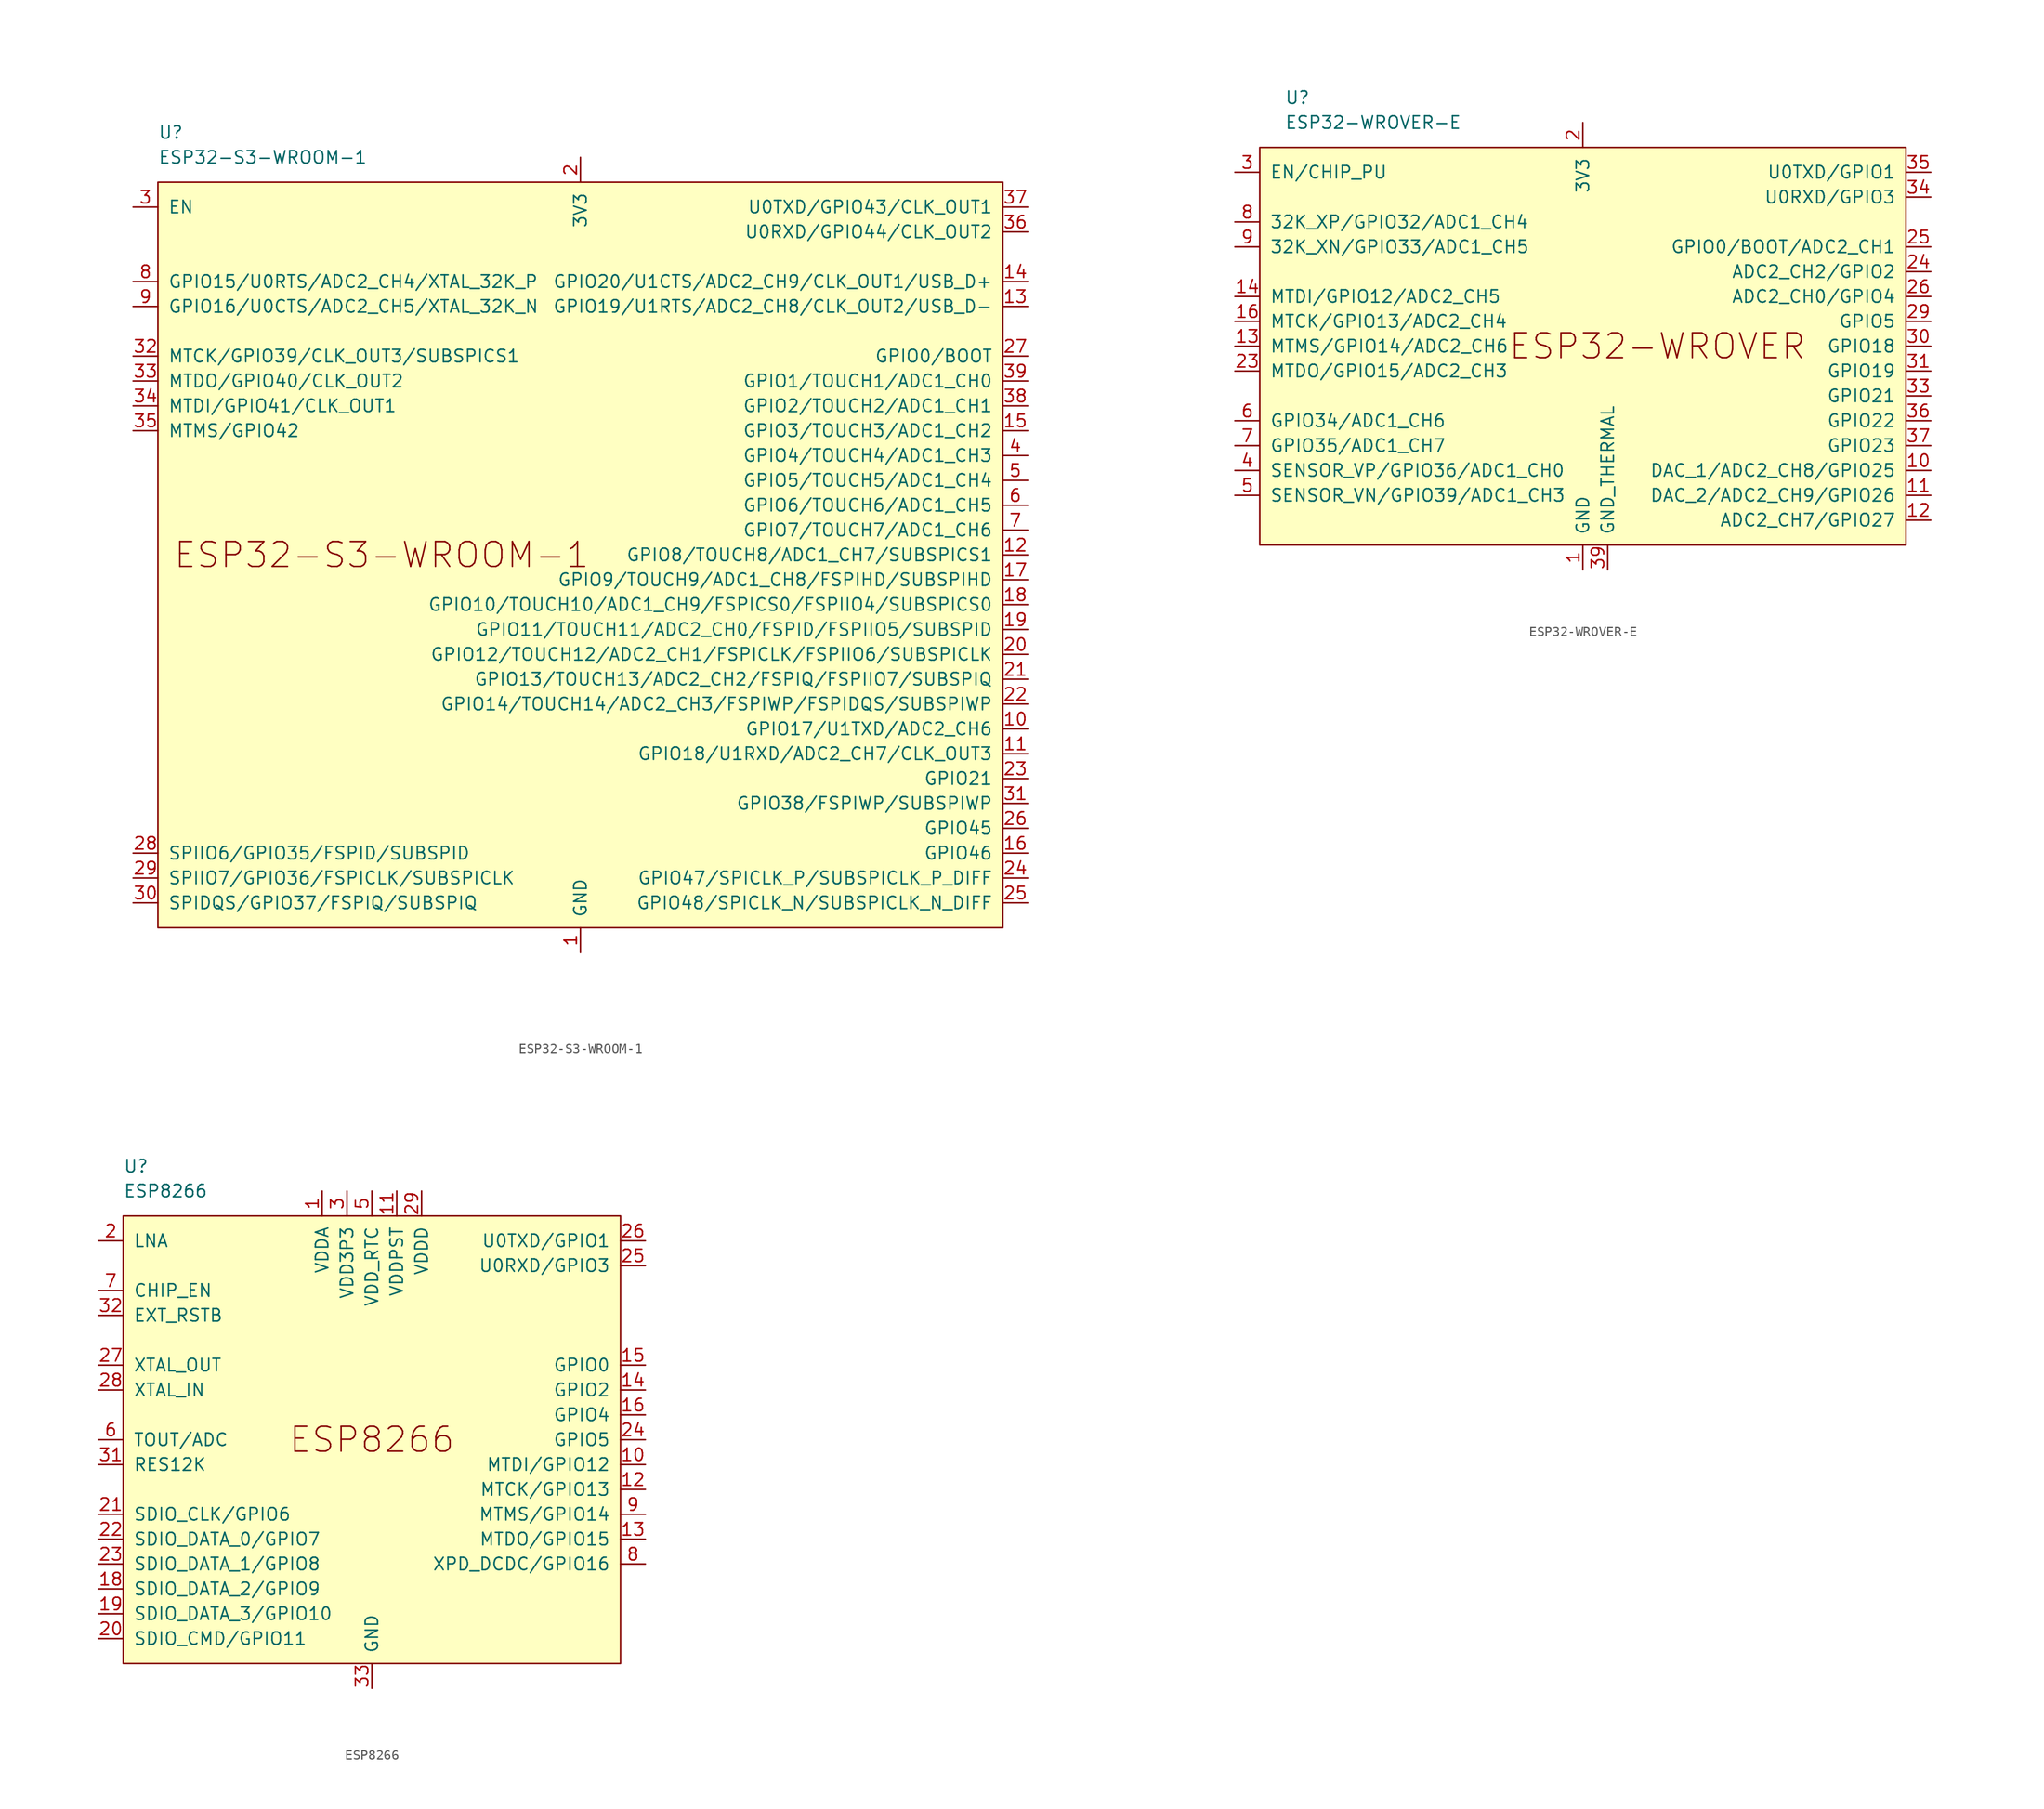
<source format=kicad_sym>
(kicad_symbol_lib
  (version 20241209)
  (generator "kicad_symbol_editor")
  (generator_version "9.0")
  (symbol "ESP32-S3-WROOM-1"
    (pin_names
      (offset 1.016))
    (property "Reference" "U"
      (at -43.18 43.18 0)
      (effects (font (size 1.27 1.27)) (justify left)))
    (property "Value" "ESP32-S3-WROOM-1"
      (at -43.18 40.64 0)
      (effects (font (size 1.27 1.27)) (justify left)))
    (symbol "ESP32-S3-WROOM-1_0_0"
      (text "ESP32-S3-WROOM-1" (at -20.32 0 0) (effects (font (size 2.54 2.54))))
      (pin input line (at -45.72 35.56 0) (length 2.54) (name "EN" (effects (font (size 1.27 1.27)))) (number "3" (effects (font (size 1.27 1.27)))))
      (pin bidirectional line (at -45.72 27.94 0) (length 2.54) (name "GPIO15/U0RTS/ADC2_CH4/XTAL_32K_P" (effects (font (size 1.27 1.27)))) (number "8" (effects (font (size 1.27 1.27)))))
      (pin bidirectional line (at -45.72 25.4 0) (length 2.54) (name "GPIO16/U0CTS/ADC2_CH5/XTAL_32K_N" (effects (font (size 1.27 1.27)))) (number "9" (effects (font (size 1.27 1.27)))))
      (pin bidirectional line (at -45.72 20.32 0) (length 2.54) (name "MTCK/GPIO39/CLK_OUT3/SUBSPICS1" (effects (font (size 1.27 1.27)))) (number "32" (effects (font (size 1.27 1.27)))))
      (pin bidirectional line (at -45.72 17.78 0) (length 2.54) (name "MTDO/GPIO40/CLK_OUT2" (effects (font (size 1.27 1.27)))) (number "33" (effects (font (size 1.27 1.27)))))
      (pin bidirectional line (at -45.72 15.24 0) (length 2.54) (name "MTDI/GPIO41/CLK_OUT1" (effects (font (size 1.27 1.27)))) (number "34" (effects (font (size 1.27 1.27)))))
      (pin bidirectional line (at -45.72 12.7 0) (length 2.54) (name "MTMS/GPIO42" (effects (font (size 1.27 1.27)))) (number "35" (effects (font (size 1.27 1.27)))))
      (pin bidirectional line (at -45.72 -30.48 0) (length 2.54) (name "SPIIO6/GPIO35/FSPID/SUBSPID" (effects (font (size 1.27 1.27)))) (number "28" (effects (font (size 1.27 1.27)))))
      (pin bidirectional line (at -45.72 -33.02 0) (length 2.54) (name "SPIIO7/GPIO36/FSPICLK/SUBSPICLK" (effects (font (size 1.27 1.27)))) (number "29" (effects (font (size 1.27 1.27)))))
      (pin bidirectional line (at -45.72 -35.56 0) (length 2.54) (name "SPIDQS/GPIO37/FSPIQ/SUBSPIQ" (effects (font (size 1.27 1.27)))) (number "30" (effects (font (size 1.27 1.27)))))
      (pin power_in line (at 0 40.64 270) (length 2.54) (name "3V3" (effects (font (size 1.27 1.27)))) (number "2" (effects (font (size 1.27 1.27)))))
      (pin power_in line (at 0 -40.64 90) (length 2.54) (name "GND" (effects (font (size 1.27 1.27)))) (number "1" (effects (font (size 1.27 1.27)))))
      (pin passive line (at 0 -40.64 90) (length 2.54) (hide yes) (name "GND" (effects (font (size 1.27 1.27)))) (number "40" (effects (font (size 1.27 1.27)))))
      (pin passive line (at 0 -40.64 90) (length 2.54) (hide yes) (name "GND" (effects (font (size 1.27 1.27)))) (number "41" (effects (font (size 1.27 1.27)))))
      (pin bidirectional line (at 45.72 35.56 180) (length 2.54) (name "U0TXD/GPIO43/CLK_OUT1" (effects (font (size 1.27 1.27)))) (number "37" (effects (font (size 1.27 1.27)))))
      (pin bidirectional line (at 45.72 33.02 180) (length 2.54) (name "U0RXD/GPIO44/CLK_OUT2" (effects (font (size 1.27 1.27)))) (number "36" (effects (font (size 1.27 1.27)))))
      (pin bidirectional line (at 45.72 27.94 180) (length 2.54) (name "GPIO20/U1CTS/ADC2_CH9/CLK_OUT1/USB_D+" (effects (font (size 1.27 1.27)))) (number "14" (effects (font (size 1.27 1.27)))))
      (pin bidirectional line (at 45.72 25.4 180) (length 2.54) (name "GPIO19/U1RTS/ADC2_CH8/CLK_OUT2/USB_D-" (effects (font (size 1.27 1.27)))) (number "13" (effects (font (size 1.27 1.27)))))
      (pin bidirectional line (at 45.72 20.32 180) (length 2.54) (name "GPIO0/BOOT" (effects (font (size 1.27 1.27)))) (number "27" (effects (font (size 1.27 1.27)))))
      (pin bidirectional line (at 45.72 17.78 180) (length 2.54) (name "GPIO1/TOUCH1/ADC1_CH0" (effects (font (size 1.27 1.27)))) (number "39" (effects (font (size 1.27 1.27)))))
      (pin bidirectional line (at 45.72 15.24 180) (length 2.54) (name "GPIO2/TOUCH2/ADC1_CH1" (effects (font (size 1.27 1.27)))) (number "38" (effects (font (size 1.27 1.27)))))
      (pin bidirectional line (at 45.72 12.7 180) (length 2.54) (name "GPIO3/TOUCH3/ADC1_CH2" (effects (font (size 1.27 1.27)))) (number "15" (effects (font (size 1.27 1.27)))))
      (pin bidirectional line (at 45.72 10.16 180) (length 2.54) (name "GPIO4/TOUCH4/ADC1_CH3" (effects (font (size 1.27 1.27)))) (number "4" (effects (font (size 1.27 1.27)))))
      (pin bidirectional line (at 45.72 7.62 180) (length 2.54) (name "GPIO5/TOUCH5/ADC1_CH4" (effects (font (size 1.27 1.27)))) (number "5" (effects (font (size 1.27 1.27)))))
      (pin bidirectional line (at 45.72 5.08 180) (length 2.54) (name "GPIO6/TOUCH6/ADC1_CH5" (effects (font (size 1.27 1.27)))) (number "6" (effects (font (size 1.27 1.27)))))
      (pin bidirectional line (at 45.72 2.54 180) (length 2.54) (name "GPIO7/TOUCH7/ADC1_CH6" (effects (font (size 1.27 1.27)))) (number "7" (effects (font (size 1.27 1.27)))))
      (pin bidirectional line (at 45.72 0 180) (length 2.54) (name "GPIO8/TOUCH8/ADC1_CH7/SUBSPICS1" (effects (font (size 1.27 1.27)))) (number "12" (effects (font (size 1.27 1.27)))))
      (pin bidirectional line (at 45.72 -2.54 180) (length 2.54) (name "GPIO9/TOUCH9/ADC1_CH8/FSPIHD/SUBSPIHD" (effects (font (size 1.27 1.27)))) (number "17" (effects (font (size 1.27 1.27)))))
      (pin bidirectional line (at 45.72 -5.08 180) (length 2.54) (name "GPIO10/TOUCH10/ADC1_CH9/FSPICS0/FSPIIO4/SUBSPICS0" (effects (font (size 1.27 1.27)))) (number "18" (effects (font (size 1.27 1.27)))))
      (pin bidirectional line (at 45.72 -7.62 180) (length 2.54) (name "GPIO11/TOUCH11/ADC2_CH0/FSPID/FSPIIO5/SUBSPID" (effects (font (size 1.27 1.27)))) (number "19" (effects (font (size 1.27 1.27)))))
      (pin bidirectional line (at 45.72 -10.16 180) (length 2.54) (name "GPIO12/TOUCH12/ADC2_CH1/FSPICLK/FSPIIO6/SUBSPICLK" (effects (font (size 1.27 1.27)))) (number "20" (effects (font (size 1.27 1.27)))))
      (pin bidirectional line (at 45.72 -12.7 180) (length 2.54) (name "GPIO13/TOUCH13/ADC2_CH2/FSPIQ/FSPIIO7/SUBSPIQ" (effects (font (size 1.27 1.27)))) (number "21" (effects (font (size 1.27 1.27)))))
      (pin bidirectional line (at 45.72 -15.24 180) (length 2.54) (name "GPIO14/TOUCH14/ADC2_CH3/FSPIWP/FSPIDQS/SUBSPIWP" (effects (font (size 1.27 1.27)))) (number "22" (effects (font (size 1.27 1.27)))))
      (pin bidirectional line (at 45.72 -17.78 180) (length 2.54) (name "GPIO17/U1TXD/ADC2_CH6" (effects (font (size 1.27 1.27)))) (number "10" (effects (font (size 1.27 1.27)))))
      (pin bidirectional line (at 45.72 -20.32 180) (length 2.54) (name "GPIO18/U1RXD/ADC2_CH7/CLK_OUT3" (effects (font (size 1.27 1.27)))) (number "11" (effects (font (size 1.27 1.27)))))
      (pin bidirectional line (at 45.72 -22.86 180) (length 2.54) (name "GPIO21" (effects (font (size 1.27 1.27)))) (number "23" (effects (font (size 1.27 1.27)))))
      (pin bidirectional line (at 45.72 -25.4 180) (length 2.54) (name "GPIO38/FSPIWP/SUBSPIWP" (effects (font (size 1.27 1.27)))) (number "31" (effects (font (size 1.27 1.27)))))
      (pin bidirectional line (at 45.72 -27.94 180) (length 2.54) (name "GPIO45" (effects (font (size 1.27 1.27)))) (number "26" (effects (font (size 1.27 1.27)))))
      (pin bidirectional line (at 45.72 -30.48 180) (length 2.54) (name "GPIO46" (effects (font (size 1.27 1.27)))) (number "16" (effects (font (size 1.27 1.27)))))
      (pin bidirectional line (at 45.72 -33.02 180) (length 2.54) (name "GPIO47/SPICLK_P/SUBSPICLK_P_DIFF" (effects (font (size 1.27 1.27)))) (number "24" (effects (font (size 1.27 1.27)))))
      (pin bidirectional line (at 45.72 -35.56 180) (length 2.54) (name "GPIO48/SPICLK_N/SUBSPICLK_N_DIFF" (effects (font (size 1.27 1.27)))) (number "25" (effects (font (size 1.27 1.27))))))
    (symbol "ESP32-S3-WROOM-1_0_1"
      (rectangle (start -43.18 38.1) (end 43.18 -38.1) (stroke (width 0) (type default)) (fill (type background)))))
  (symbol "ESP32-WROVER-E"
    (pin_names
      (offset 1.016))
    (property "Reference" "U"
      (at -30.48 25.4 0)
      (effects (font (size 1.27 1.27)) (justify left)))
    (property "Value" "ESP32-WROVER-E"
      (at -30.48 22.86 0)
      (effects (font (size 1.27 1.27)) (justify left)))
    (symbol "ESP32-WROVER-E_0_1"
      (rectangle (start -33.02 20.32) (end 33.02 -20.32) (stroke (width 0) (type default)) (fill (type background))))
    (symbol "ESP32-WROVER-E_1_1"
      (text "ESP32-­WROVER" (at 7.62 0 0) (effects (font (size 2.54 2.54))))
      (pin input line (at -35.56 17.78 0) (length 2.54) (name "EN/CHIP_PU" (effects (font (size 1.27 1.27)))) (number "3" (effects (font (size 1.27 1.27)))))
      (pin bidirectional line (at -35.56 12.7 0) (length 2.54) (name "32K_XP/GPIO32/ADC1_CH4" (effects (font (size 1.27 1.27)))) (number "8" (effects (font (size 1.27 1.27)))))
      (pin bidirectional line (at -35.56 10.16 0) (length 2.54) (name "32K_XN/GPIO33/ADC1_CH5" (effects (font (size 1.27 1.27)))) (number "9" (effects (font (size 1.27 1.27)))))
      (pin bidirectional line (at -35.56 5.08 0) (length 2.54) (name "MTDI/GPIO12/ADC2_CH5" (effects (font (size 1.27 1.27)))) (number "14" (effects (font (size 1.27 1.27)))))
      (pin bidirectional line (at -35.56 2.54 0) (length 2.54) (name "MTCK/GPIO13/ADC2_CH4" (effects (font (size 1.27 1.27)))) (number "16" (effects (font (size 1.27 1.27)))))
      (pin bidirectional line (at -35.56 0 0) (length 2.54) (name "MTMS/GPIO14/ADC2_CH6" (effects (font (size 1.27 1.27)))) (number "13" (effects (font (size 1.27 1.27)))))
      (pin bidirectional line (at -35.56 -2.54 0) (length 2.54) (name "MTDO/GPIO15/ADC2_CH3" (effects (font (size 1.27 1.27)))) (number "23" (effects (font (size 1.27 1.27)))))
      (pin input line (at -35.56 -7.62 0) (length 2.54) (name "GPIO34/ADC1_CH6" (effects (font (size 1.27 1.27)))) (number "6" (effects (font (size 1.27 1.27)))))
      (pin input line (at -35.56 -10.16 0) (length 2.54) (name "GPIO35/ADC1_CH7" (effects (font (size 1.27 1.27)))) (number "7" (effects (font (size 1.27 1.27)))))
      (pin input line (at -35.56 -12.7 0) (length 2.54) (name "SENSOR_VP/GPIO36/ADC1_CH0" (effects (font (size 1.27 1.27)))) (number "4" (effects (font (size 1.27 1.27)))))
      (pin input line (at -35.56 -15.24 0) (length 2.54) (name "SENSOR_VN/GPIO39/ADC1_CH3" (effects (font (size 1.27 1.27)))) (number "5" (effects (font (size 1.27 1.27)))))
      (pin power_in line (at 0 22.86 270) (length 2.54) (name "3V3" (effects (font (size 1.27 1.27)))) (number "2" (effects (font (size 1.27 1.27)))))
      (pin power_in line (at 0 -22.86 90) (length 2.54) (name "GND" (effects (font (size 1.27 1.27)))) (number "1" (effects (font (size 1.27 1.27)))))
      (pin passive line (at 0 -22.86 90) (length 2.54) (hide yes) (name "GND" (effects (font (size 1.27 1.27)))) (number "15" (effects (font (size 1.27 1.27)))))
      (pin passive line (at 0 -22.86 90) (length 2.54) (hide yes) (name "GND" (effects (font (size 1.27 1.27)))) (number "38" (effects (font (size 1.27 1.27)))))
      (pin power_in line (at 2.54 -22.86 90) (length 2.54) (name "GND_THERMAL" (effects (font (size 1.27 1.27)))) (number "39" (effects (font (size 1.27 1.27)))))
      (pin bidirectional line (at 35.56 17.78 180) (length 2.54) (name "U0TXD/GPIO1" (effects (font (size 1.27 1.27)))) (number "35" (effects (font (size 1.27 1.27)))))
      (pin bidirectional line (at 35.56 15.24 180) (length 2.54) (name "U0RXD/GPIO3" (effects (font (size 1.27 1.27)))) (number "34" (effects (font (size 1.27 1.27)))))
      (pin bidirectional line (at 35.56 10.16 180) (length 2.54) (name "GPIO0/BOOT/ADC2_CH1" (effects (font (size 1.27 1.27)))) (number "25" (effects (font (size 1.27 1.27)))))
      (pin bidirectional line (at 35.56 7.62 180) (length 2.54) (name "ADC2_CH2/GPIO2" (effects (font (size 1.27 1.27)))) (number "24" (effects (font (size 1.27 1.27)))))
      (pin bidirectional line (at 35.56 5.08 180) (length 2.54) (name "ADC2_CH0/GPIO4" (effects (font (size 1.27 1.27)))) (number "26" (effects (font (size 1.27 1.27)))))
      (pin bidirectional line (at 35.56 2.54 180) (length 2.54) (name "GPIO5" (effects (font (size 1.27 1.27)))) (number "29" (effects (font (size 1.27 1.27)))))
      (pin bidirectional line (at 35.56 0 180) (length 2.54) (name "GPIO18" (effects (font (size 1.27 1.27)))) (number "30" (effects (font (size 1.27 1.27)))))
      (pin bidirectional line (at 35.56 -2.54 180) (length 2.54) (name "GPIO19" (effects (font (size 1.27 1.27)))) (number "31" (effects (font (size 1.27 1.27)))))
      (pin bidirectional line (at 35.56 -5.08 180) (length 2.54) (name "GPIO21" (effects (font (size 1.27 1.27)))) (number "33" (effects (font (size 1.27 1.27)))))
      (pin bidirectional line (at 35.56 -7.62 180) (length 2.54) (name "GPIO22" (effects (font (size 1.27 1.27)))) (number "36" (effects (font (size 1.27 1.27)))))
      (pin bidirectional line (at 35.56 -10.16 180) (length 2.54) (name "GPIO23" (effects (font (size 1.27 1.27)))) (number "37" (effects (font (size 1.27 1.27)))))
      (pin bidirectional line (at 35.56 -12.7 180) (length 2.54) (name "DAC_1/ADC2_CH8/GPIO25" (effects (font (size 1.27 1.27)))) (number "10" (effects (font (size 1.27 1.27)))))
      (pin bidirectional line (at 35.56 -15.24 180) (length 2.54) (name "DAC_2/ADC2_CH9/GPIO26" (effects (font (size 1.27 1.27)))) (number "11" (effects (font (size 1.27 1.27)))))
      (pin bidirectional line (at 35.56 -17.78 180) (length 2.54) (name "ADC2_CH7/GPIO27" (effects (font (size 1.27 1.27)))) (number "12" (effects (font (size 1.27 1.27)))))))
  (symbol "ESP8266"
    (pin_names
      (offset 1.016))
    (property "Reference" "U"
      (at -25.4 27.94 0)
      (effects (font (size 1.27 1.27)) (justify left)))
    (property "Value" "ESP8266"
      (at -25.4 25.4 0)
      (effects (font (size 1.27 1.27)) (justify left)))
    (symbol "ESP8266_0_1"
      (rectangle (start -25.4 22.86) (end 25.4 -22.86) (stroke (width 0) (type default)) (fill (type background))))
    (symbol "ESP8266_1_1"
      (text "ESP8266" (at 0 0 0) (effects (font (size 2.54 2.54))))
      (pin power_in line (at -27.94 20.32 0) (length 2.54) (name "LNA" (effects (font (size 1.27 1.27)))) (number "2" (effects (font (size 1.27 1.27)))))
      (pin input line (at -27.94 15.24 0) (length 2.54) (name "CHIP_EN" (effects (font (size 1.27 1.27)))) (number "7" (effects (font (size 1.27 1.27)))))
      (pin power_in line (at -27.94 12.7 0) (length 2.54) (name "EXT_RSTB" (effects (font (size 1.27 1.27)))) (number "32" (effects (font (size 1.27 1.27)))))
      (pin bidirectional line (at -27.94 7.62 0) (length 2.54) (name "XTAL_OUT" (effects (font (size 1.27 1.27)))) (number "27" (effects (font (size 1.27 1.27)))))
      (pin bidirectional line (at -27.94 5.08 0) (length 2.54) (name "XTAL_IN" (effects (font (size 1.27 1.27)))) (number "28" (effects (font (size 1.27 1.27)))))
      (pin input line (at -27.94 0 0) (length 2.54) (name "TOUT/ADC" (effects (font (size 1.27 1.27)))) (number "6" (effects (font (size 1.27 1.27)))))
      (pin input line (at -27.94 -2.54 0) (length 2.54) (name "RES12K" (effects (font (size 1.27 1.27)))) (number "31" (effects (font (size 1.27 1.27)))))
      (pin bidirectional line (at -27.94 -7.62 0) (length 2.54) (name "SDIO_CLK/GPIO6" (effects (font (size 1.27 1.27)))) (number "21" (effects (font (size 1.27 1.27)))))
      (pin bidirectional line (at -27.94 -10.16 0) (length 2.54) (name "SDIO_DATA_0/GPIO7" (effects (font (size 1.27 1.27)))) (number "22" (effects (font (size 1.27 1.27)))))
      (pin bidirectional line (at -27.94 -12.7 0) (length 2.54) (name "SDIO_DATA_1/GPIO8" (effects (font (size 1.27 1.27)))) (number "23" (effects (font (size 1.27 1.27)))))
      (pin bidirectional line (at -27.94 -15.24 0) (length 2.54) (name "SDIO_DATA_2/GPIO9" (effects (font (size 1.27 1.27)))) (number "18" (effects (font (size 1.27 1.27)))))
      (pin bidirectional line (at -27.94 -17.78 0) (length 2.54) (name "SDIO_DATA_3/GPIO10" (effects (font (size 1.27 1.27)))) (number "19" (effects (font (size 1.27 1.27)))))
      (pin bidirectional line (at -27.94 -20.32 0) (length 2.54) (name "SDIO_CMD/GPIO11" (effects (font (size 1.27 1.27)))) (number "20" (effects (font (size 1.27 1.27)))))
      (pin power_in line (at -5.08 25.4 270) (length 2.54) (name "VDDA" (effects (font (size 1.27 1.27)))) (number "1" (effects (font (size 1.27 1.27)))))
      (pin passive line (at -5.08 25.4 270) (length 2.54) (hide yes) (name "VDDA" (effects (font (size 1.27 1.27)))) (number "30" (effects (font (size 1.27 1.27)))))
      (pin power_in line (at -2.54 25.4 270) (length 2.54) (name "VDD3P3" (effects (font (size 1.27 1.27)))) (number "3" (effects (font (size 1.27 1.27)))))
      (pin passive line (at -2.54 25.4 270) (length 2.54) (hide yes) (name "VDD3P3" (effects (font (size 1.27 1.27)))) (number "4" (effects (font (size 1.27 1.27)))))
      (pin power_in line (at 0 25.4 270) (length 2.54) (name "VDD_RTC" (effects (font (size 1.27 1.27)))) (number "5" (effects (font (size 1.27 1.27)))))
      (pin power_in line (at 0 -25.4 90) (length 2.54) (name "GND" (effects (font (size 1.27 1.27)))) (number "33" (effects (font (size 1.27 1.27)))))
      (pin power_in line (at 2.54 25.4 270) (length 2.54) (name "VDDPST" (effects (font (size 1.27 1.27)))) (number "11" (effects (font (size 1.27 1.27)))))
      (pin passive line (at 2.54 25.4 270) (length 2.54) (hide yes) (name "VDDPST" (effects (font (size 1.27 1.27)))) (number "17" (effects (font (size 1.27 1.27)))))
      (pin power_in line (at 5.08 25.4 270) (length 2.54) (name "VDDD" (effects (font (size 1.27 1.27)))) (number "29" (effects (font (size 1.27 1.27)))))
      (pin bidirectional line (at 27.94 20.32 180) (length 2.54) (name "U0TXD/GPIO1" (effects (font (size 1.27 1.27)))) (number "26" (effects (font (size 1.27 1.27)))))
      (pin bidirectional line (at 27.94 17.78 180) (length 2.54) (name "U0RXD/GPIO3" (effects (font (size 1.27 1.27)))) (number "25" (effects (font (size 1.27 1.27)))))
      (pin bidirectional line (at 27.94 7.62 180) (length 2.54) (name "GPIO0" (effects (font (size 1.27 1.27)))) (number "15" (effects (font (size 1.27 1.27)))))
      (pin bidirectional line (at 27.94 5.08 180) (length 2.54) (name "GPIO2" (effects (font (size 1.27 1.27)))) (number "14" (effects (font (size 1.27 1.27)))))
      (pin bidirectional line (at 27.94 2.54 180) (length 2.54) (name "GPIO4" (effects (font (size 1.27 1.27)))) (number "16" (effects (font (size 1.27 1.27)))))
      (pin bidirectional line (at 27.94 0 180) (length 2.54) (name "GPIO5" (effects (font (size 1.27 1.27)))) (number "24" (effects (font (size 1.27 1.27)))))
      (pin bidirectional line (at 27.94 -2.54 180) (length 2.54) (name "MTDI/GPIO12" (effects (font (size 1.27 1.27)))) (number "10" (effects (font (size 1.27 1.27)))))
      (pin bidirectional line (at 27.94 -5.08 180) (length 2.54) (name "MTCK/GPIO13" (effects (font (size 1.27 1.27)))) (number "12" (effects (font (size 1.27 1.27)))))
      (pin bidirectional line (at 27.94 -7.62 180) (length 2.54) (name "MTMS/GPIO14" (effects (font (size 1.27 1.27)))) (number "9" (effects (font (size 1.27 1.27)))))
      (pin bidirectional line (at 27.94 -10.16 180) (length 2.54) (name "MTDO/GPIO15" (effects (font (size 1.27 1.27)))) (number "13" (effects (font (size 1.27 1.27)))))
      (pin bidirectional line (at 27.94 -12.7 180) (length 2.54) (name "XPD_DCDC/GPIO16" (effects (font (size 1.27 1.27)))) (number "8" (effects (font (size 1.27 1.27))))))))
</source>
